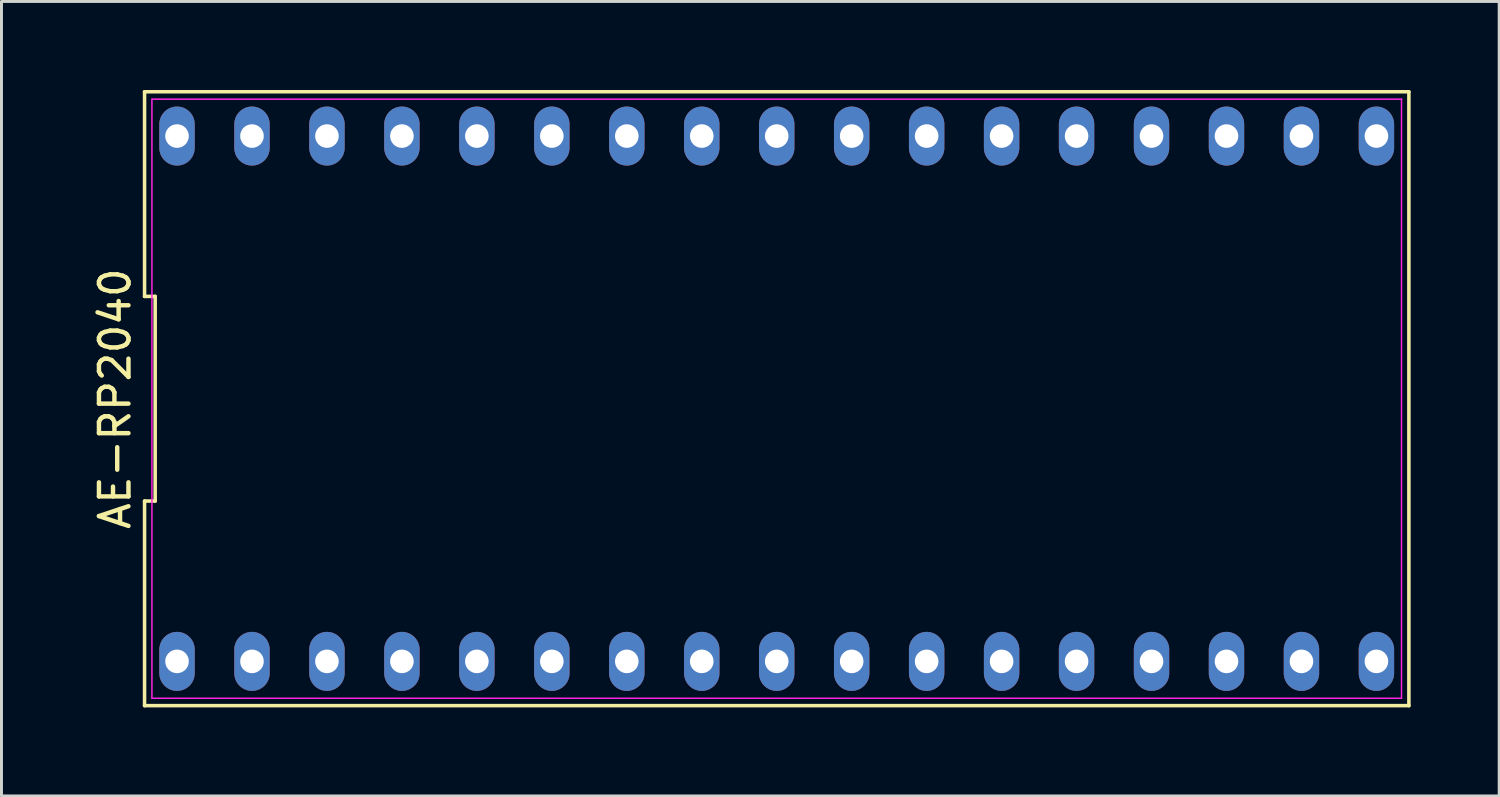
<source format=kicad_pcb>
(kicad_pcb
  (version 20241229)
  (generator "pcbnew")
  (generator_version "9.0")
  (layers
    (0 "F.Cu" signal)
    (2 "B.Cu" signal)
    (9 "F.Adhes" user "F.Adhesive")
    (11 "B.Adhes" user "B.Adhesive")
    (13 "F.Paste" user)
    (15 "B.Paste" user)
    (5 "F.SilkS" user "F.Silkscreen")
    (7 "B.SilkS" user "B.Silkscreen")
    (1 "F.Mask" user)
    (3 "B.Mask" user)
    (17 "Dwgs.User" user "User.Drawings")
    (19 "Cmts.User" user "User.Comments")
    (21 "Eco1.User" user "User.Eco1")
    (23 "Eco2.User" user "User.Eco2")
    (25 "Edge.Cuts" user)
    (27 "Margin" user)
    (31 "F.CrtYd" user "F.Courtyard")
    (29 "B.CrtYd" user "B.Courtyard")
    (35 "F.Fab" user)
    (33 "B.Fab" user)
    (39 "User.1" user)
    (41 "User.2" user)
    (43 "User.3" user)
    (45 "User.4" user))
  (footprint "AE-RP2040"
    (layer "F.Cu")
    (at 23.268 10.46)
    (property "Reference" "AE-RP2040" (at -22.42 0 90) (layer "F.SilkS") (effects (font (size 1 1) (thickness 0.15))))
    (attr through_hole)
    (fp_line (start -21.42 -10.4) (end -21.42 -3.467) (stroke (width 0.12) (type default)) (layer "F.SilkS"))
    (fp_line (start -21.42 -3.467) (end -21.06 -3.467) (stroke (width 0.12) (type default)) (layer "F.SilkS"))
    (fp_line (start -21.42 3.467) (end -21.42 10.4) (stroke (width 0.12) (type default)) (layer "F.SilkS"))
    (fp_line (start -21.42 10.4) (end 21.42 10.4) (stroke (width 0.12) (type default)) (layer "F.SilkS"))
    (fp_line (start -21.06 -3.467) (end -21.06 3.467) (stroke (width 0.12) (type default)) (layer "F.SilkS"))
    (fp_line (start -21.06 3.467) (end -21.42 3.467) (stroke (width 0.12) (type default)) (layer "F.SilkS"))
    (fp_line (start 21.42 -10.4) (end -21.42 -10.4) (stroke (width 0.12) (type default)) (layer "F.SilkS"))
    (fp_line (start 21.42 10.4) (end 21.42 -10.4) (stroke (width 0.12) (type default)) (layer "F.SilkS"))
    (fp_line (start -21.17 -10.15) (end 21.17 -10.15) (stroke (width 0.05) (type default)) (layer "F.CrtYd"))
    (fp_line (start -21.17 10.15) (end -21.17 -10.15) (stroke (width 0.05) (type default)) (layer "F.CrtYd"))
    (fp_line (start 21.17 -10.15) (end 21.17 10.15) (stroke (width 0.05) (type default)) (layer "F.CrtYd"))
    (fp_line (start 21.17 10.15) (end -21.17 10.15) (stroke (width 0.05) (type default)) (layer "F.CrtYd"))
    (pad "1" thru_hole oval (at -20.32 8.9) (size 1.2 2) (drill 0.8) (layers "*.Cu" "*.Mask"))
    (pad "2" thru_hole oval (at -17.78 8.9) (size 1.2 2) (drill 0.8) (layers "*.Cu" "*.Mask"))
    (pad "3" thru_hole oval (at -15.24 8.9) (size 1.2 2) (drill 0.8) (layers "*.Cu" "*.Mask"))
    (pad "4" thru_hole oval (at -12.7 8.9) (size 1.2 2) (drill 0.8) (layers "*.Cu" "*.Mask"))
    (pad "5" thru_hole oval (at -10.16 8.9) (size 1.2 2) (drill 0.8) (layers "*.Cu" "*.Mask"))
    (pad "6" thru_hole oval (at -7.62 8.9) (size 1.2 2) (drill 0.8) (layers "*.Cu" "*.Mask"))
    (pad "7" thru_hole oval (at -5.08 8.9) (size 1.2 2) (drill 0.8) (layers "*.Cu" "*.Mask"))
    (pad "8" thru_hole oval (at -2.54 8.9) (size 1.2 2) (drill 0.8) (layers "*.Cu" "*.Mask"))
    (pad "9" thru_hole oval (at 0 8.9) (size 1.2 2) (drill 0.8) (layers "*.Cu" "*.Mask"))
    (pad "10" thru_hole oval (at 2.54 8.9) (size 1.2 2) (drill 0.8) (layers "*.Cu" "*.Mask"))
    (pad "11" thru_hole oval (at 5.08 8.9) (size 1.2 2) (drill 0.8) (layers "*.Cu" "*.Mask"))
    (pad "12" thru_hole oval (at 7.62 8.9) (size 1.2 2) (drill 0.8) (layers "*.Cu" "*.Mask"))
    (pad "13" thru_hole oval (at 10.16 8.9) (size 1.2 2) (drill 0.8) (layers "*.Cu" "*.Mask"))
    (pad "14" thru_hole oval (at 12.7 8.9) (size 1.2 2) (drill 0.8) (layers "*.Cu" "*.Mask"))
    (pad "15" thru_hole oval (at 15.24 8.9) (size 1.2 2) (drill 0.8) (layers "*.Cu" "*.Mask"))
    (pad "16" thru_hole oval (at 17.78 8.9) (size 1.2 2) (drill 0.8) (layers "*.Cu" "*.Mask"))
    (pad "17" thru_hole oval (at 20.32 8.9) (size 1.2 2) (drill 0.8) (layers "*.Cu" "*.Mask"))
    (pad "18" thru_hole oval (at 20.32 -8.9) (size 1.2 2) (drill 0.8) (layers "*.Cu" "*.Mask"))
    (pad "19" thru_hole oval (at 17.78 -8.9) (size 1.2 2) (drill 0.8) (layers "*.Cu" "*.Mask"))
    (pad "20" thru_hole oval (at 15.24 -8.9) (size 1.2 2) (drill 0.8) (layers "*.Cu" "*.Mask"))
    (pad "21" thru_hole oval (at 12.7 -8.9) (size 1.2 2) (drill 0.8) (layers "*.Cu" "*.Mask"))
    (pad "22" thru_hole oval (at 10.16 -8.9) (size 1.2 2) (drill 0.8) (layers "*.Cu" "*.Mask"))
    (pad "23" thru_hole oval (at 7.62 -8.9) (size 1.2 2) (drill 0.8) (layers "*.Cu" "*.Mask"))
    (pad "24" thru_hole oval (at 5.08 -8.9) (size 1.2 2) (drill 0.8) (layers "*.Cu" "*.Mask"))
    (pad "25" thru_hole oval (at 2.54 -8.9) (size 1.2 2) (drill 0.8) (layers "*.Cu" "*.Mask"))
    (pad "26" thru_hole oval (at 0 -8.9) (size 1.2 2) (drill 0.8) (layers "*.Cu" "*.Mask"))
    (pad "27" thru_hole oval (at -2.54 -8.9) (size 1.2 2) (drill 0.8) (layers "*.Cu" "*.Mask"))
    (pad "28" thru_hole oval (at -5.08 -8.9) (size 1.2 2) (drill 0.8) (layers "*.Cu" "*.Mask"))
    (pad "29" thru_hole oval (at -7.62 -8.9) (size 1.2 2) (drill 0.8) (layers "*.Cu" "*.Mask"))
    (pad "30" thru_hole oval (at -10.16 -8.9) (size 1.2 2) (drill 0.8) (layers "*.Cu" "*.Mask"))
    (pad "31" thru_hole oval (at -12.7 -8.9) (size 1.2 2) (drill 0.8) (layers "*.Cu" "*.Mask"))
    (pad "32" thru_hole oval (at -15.24 -8.9) (size 1.2 2) (drill 0.8) (layers "*.Cu" "*.Mask"))
    (pad "33" thru_hole oval (at -17.78 -8.9) (size 1.2 2) (drill 0.8) (layers "*.Cu" "*.Mask"))
    (pad "34" thru_hole oval (at -20.32 -8.9) (size 1.2 2) (drill 0.8) (layers "*.Cu" "*.Mask")))
  (gr_rect
    (start -3 -3)
    (end 47.748 23.92)
    (stroke (width 0.1) (type default))
    (fill no)
    (layer "Edge.Cuts")))
</source>
